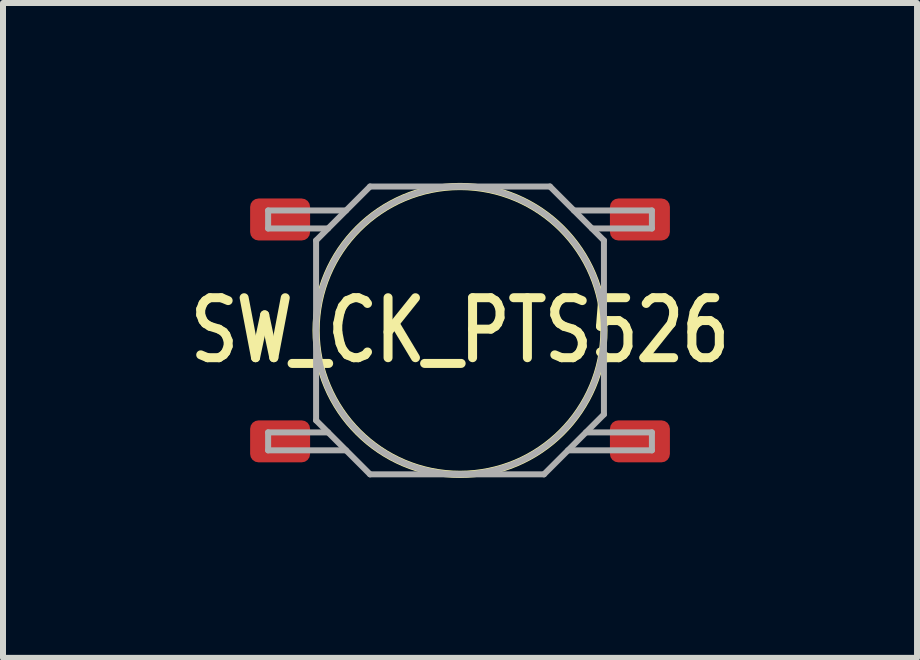
<source format=kicad_pcb>
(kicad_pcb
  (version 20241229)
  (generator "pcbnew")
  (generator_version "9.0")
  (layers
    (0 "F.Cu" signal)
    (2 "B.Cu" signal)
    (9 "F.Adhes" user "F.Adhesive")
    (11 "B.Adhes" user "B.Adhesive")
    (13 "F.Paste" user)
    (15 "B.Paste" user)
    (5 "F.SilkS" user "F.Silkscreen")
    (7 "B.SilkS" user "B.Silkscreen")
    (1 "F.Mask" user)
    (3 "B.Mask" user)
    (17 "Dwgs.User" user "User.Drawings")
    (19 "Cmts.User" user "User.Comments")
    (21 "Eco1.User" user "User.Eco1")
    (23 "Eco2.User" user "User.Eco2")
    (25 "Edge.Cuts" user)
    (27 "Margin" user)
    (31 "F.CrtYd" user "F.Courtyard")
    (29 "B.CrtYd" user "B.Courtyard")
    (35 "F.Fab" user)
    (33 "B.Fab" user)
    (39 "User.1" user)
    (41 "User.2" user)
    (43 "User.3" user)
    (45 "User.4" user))
  (footprint "SW_CK_PTS526"
    (layer "F.Cu")
    (at 4.621 2.46)
    (property "Reference" "SW_CK_PTS526" (at 0 0 0) (unlocked yes) (layer "F.SilkS") (effects (font (size 1 0.8) (thickness 0.15))))
    (attr smd)
    (fp_circle (center 0 0) (end 2.4 0) (stroke (width 0.12) (type default)) (fill no) (layer "F.SilkS"))
    (fp_line (start -3.2 -2) (end -3.2 -1.7) (stroke (width 0.1) (type default)) (layer "F.Fab"))
    (fp_line (start -3.2 -1.7) (end -2.2 -1.7) (stroke (width 0.1) (type default)) (layer "F.Fab"))
    (fp_line (start -3.2 1.7) (end -2.2 1.7) (stroke (width 0.1) (type default)) (layer "F.Fab"))
    (fp_line (start -3.2 2) (end -3.2 1.7) (stroke (width 0.1) (type default)) (layer "F.Fab"))
    (fp_line (start -2.4 -1.5) (end -2.4 1.5) (stroke (width 0.1) (type default)) (layer "F.Fab"))
    (fp_line (start -2.4 1.5) (end -1.5 2.4) (stroke (width 0.1) (type default)) (layer "F.Fab"))
    (fp_line (start -1.9 -2) (end -3.2 -2) (stroke (width 0.1) (type default)) (layer "F.Fab"))
    (fp_line (start -1.9 2) (end -3.2 2) (stroke (width 0.1) (type default)) (layer "F.Fab"))
    (fp_line (start -1.5 -2.4) (end -2.4 -1.5) (stroke (width 0.1) (type default)) (layer "F.Fab"))
    (fp_line (start -1.5 2.4) (end 1.4 2.4) (stroke (width 0.1) (type default)) (layer "F.Fab"))
    (fp_line (start 1.4 2.4) (end 2.4 1.4) (stroke (width 0.1) (type default)) (layer "F.Fab"))
    (fp_line (start 1.5 -2.4) (end -1.5 -2.4) (stroke (width 0.1) (type default)) (layer "F.Fab"))
    (fp_line (start 1.8 2) (end 3.2 2) (stroke (width 0.1) (type default)) (layer "F.Fab"))
    (fp_line (start 1.9 -2) (end 3.2 -2) (stroke (width 0.1) (type default)) (layer "F.Fab"))
    (fp_line (start 2.4 -1.5) (end 1.5 -2.4) (stroke (width 0.1) (type default)) (layer "F.Fab"))
    (fp_line (start 2.4 1.4) (end 2.4 -1.5) (stroke (width 0.1) (type default)) (layer "F.Fab"))
    (fp_line (start 3.2 -2) (end 3.2 -1.7) (stroke (width 0.1) (type default)) (layer "F.Fab"))
    (fp_line (start 3.2 -1.7) (end 2.2 -1.7) (stroke (width 0.1) (type default)) (layer "F.Fab"))
    (fp_line (start 3.2 1.7) (end 2.1 1.7) (stroke (width 0.1) (type default)) (layer "F.Fab"))
    (fp_line (start 3.2 2) (end 3.2 1.7) (stroke (width 0.1) (type default)) (layer "F.Fab"))
    (fp_circle (center 0 0) (end 2.4 0) (stroke (width 0.1) (type default)) (fill no) (layer "F.Fab"))
    (pad "1" smd roundrect (at -3 -1.85) (size 1 0.7) (layers "F.Cu" "F.Mask" "F.Paste") (roundrect_rratio 0.2))
    (pad "2" smd roundrect (at 3 -1.85) (size 1 0.7) (layers "F.Cu" "F.Mask" "F.Paste") (roundrect_rratio 0.2))
    (pad "3" smd roundrect (at -3 1.85) (size 1 0.7) (layers "F.Cu" "F.Mask" "F.Paste") (roundrect_rratio 0.2))
    (pad "4" smd roundrect (at 3 1.85) (size 1 0.7) (layers "F.Cu" "F.Mask" "F.Paste") (roundrect_rratio 0.2)))
  (gr_rect
    (start -3 -3)
    (end 12.242 7.92)
    (stroke (width 0.1) (type default))
    (fill no)
    (layer "Edge.Cuts")))
</source>
